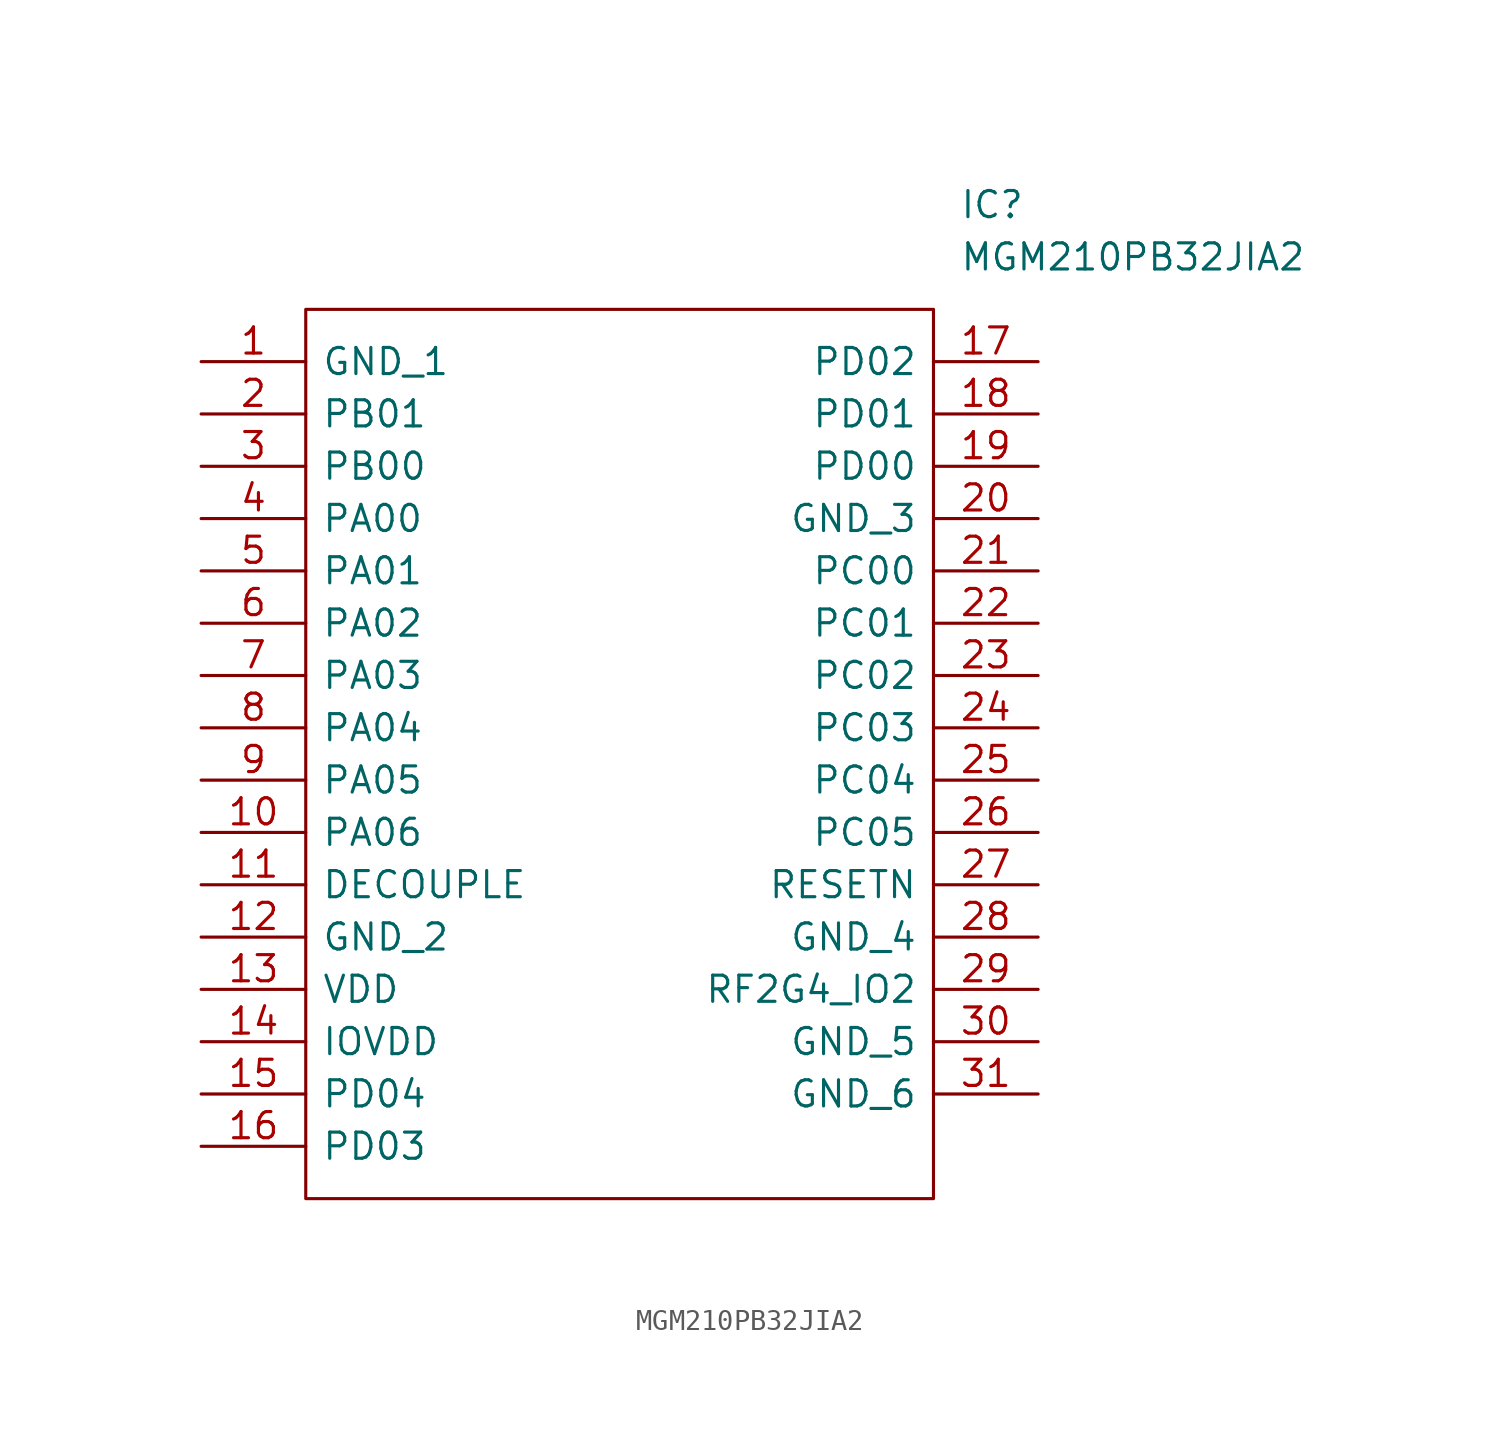
<source format=kicad_sym>
(kicad_symbol_lib
  (version 20211014)
  (generator kicad_symbol_editor)
  (symbol "MGM210PB32JIA2"
    (pin_names
      (offset 0.762))
    (property "Reference" "IC"
      (at 36.83 7.62 0)
      (effects (font (size 1.27 1.27)) (justify left)))
    (property "Value" "MGM210PB32JIA2"
      (at 36.83 5.08 0)
      (effects (font (size 1.27 1.27)) (justify left)))
    (symbol "MGM210PB32JIA2_0_0"
      (pin passive line (at 0 0 0) (length 5.08) (name "GND_1" (effects (font (size 1.27 1.27)))) (number "1" (effects (font (size 1.27 1.27)))))
      (pin passive line (at 0 -22.86 0) (length 5.08) (name "PA06" (effects (font (size 1.27 1.27)))) (number "10" (effects (font (size 1.27 1.27)))))
      (pin passive line (at 0 -25.4 0) (length 5.08) (name "DECOUPLE" (effects (font (size 1.27 1.27)))) (number "11" (effects (font (size 1.27 1.27)))))
      (pin passive line (at 0 -27.94 0) (length 5.08) (name "GND_2" (effects (font (size 1.27 1.27)))) (number "12" (effects (font (size 1.27 1.27)))))
      (pin passive line (at 0 -30.48 0) (length 5.08) (name "VDD" (effects (font (size 1.27 1.27)))) (number "13" (effects (font (size 1.27 1.27)))))
      (pin passive line (at 0 -33.02 0) (length 5.08) (name "IOVDD" (effects (font (size 1.27 1.27)))) (number "14" (effects (font (size 1.27 1.27)))))
      (pin passive line (at 0 -35.56 0) (length 5.08) (name "PD04" (effects (font (size 1.27 1.27)))) (number "15" (effects (font (size 1.27 1.27)))))
      (pin passive line (at 0 -38.1 0) (length 5.08) (name "PD03" (effects (font (size 1.27 1.27)))) (number "16" (effects (font (size 1.27 1.27)))))
      (pin passive line (at 40.64 0 180) (length 5.08) (name "PD02" (effects (font (size 1.27 1.27)))) (number "17" (effects (font (size 1.27 1.27)))))
      (pin passive line (at 40.64 -2.54 180) (length 5.08) (name "PD01" (effects (font (size 1.27 1.27)))) (number "18" (effects (font (size 1.27 1.27)))))
      (pin passive line (at 40.64 -5.08 180) (length 5.08) (name "PD00" (effects (font (size 1.27 1.27)))) (number "19" (effects (font (size 1.27 1.27)))))
      (pin passive line (at 0 -2.54 0) (length 5.08) (name "PB01" (effects (font (size 1.27 1.27)))) (number "2" (effects (font (size 1.27 1.27)))))
      (pin passive line (at 40.64 -7.62 180) (length 5.08) (name "GND_3" (effects (font (size 1.27 1.27)))) (number "20" (effects (font (size 1.27 1.27)))))
      (pin passive line (at 40.64 -10.16 180) (length 5.08) (name "PC00" (effects (font (size 1.27 1.27)))) (number "21" (effects (font (size 1.27 1.27)))))
      (pin passive line (at 40.64 -12.7 180) (length 5.08) (name "PC01" (effects (font (size 1.27 1.27)))) (number "22" (effects (font (size 1.27 1.27)))))
      (pin passive line (at 40.64 -15.24 180) (length 5.08) (name "PC02" (effects (font (size 1.27 1.27)))) (number "23" (effects (font (size 1.27 1.27)))))
      (pin passive line (at 40.64 -17.78 180) (length 5.08) (name "PC03" (effects (font (size 1.27 1.27)))) (number "24" (effects (font (size 1.27 1.27)))))
      (pin passive line (at 40.64 -20.32 180) (length 5.08) (name "PC04" (effects (font (size 1.27 1.27)))) (number "25" (effects (font (size 1.27 1.27)))))
      (pin passive line (at 40.64 -22.86 180) (length 5.08) (name "PC05" (effects (font (size 1.27 1.27)))) (number "26" (effects (font (size 1.27 1.27)))))
      (pin passive line (at 40.64 -25.4 180) (length 5.08) (name "RESETN" (effects (font (size 1.27 1.27)))) (number "27" (effects (font (size 1.27 1.27)))))
      (pin passive line (at 40.64 -27.94 180) (length 5.08) (name "GND_4" (effects (font (size 1.27 1.27)))) (number "28" (effects (font (size 1.27 1.27)))))
      (pin passive line (at 40.64 -30.48 180) (length 5.08) (name "RF2G4_IO2" (effects (font (size 1.27 1.27)))) (number "29" (effects (font (size 1.27 1.27)))))
      (pin passive line (at 0 -5.08 0) (length 5.08) (name "PB00" (effects (font (size 1.27 1.27)))) (number "3" (effects (font (size 1.27 1.27)))))
      (pin passive line (at 40.64 -33.02 180) (length 5.08) (name "GND_5" (effects (font (size 1.27 1.27)))) (number "30" (effects (font (size 1.27 1.27)))))
      (pin passive line (at 40.64 -35.56 180) (length 5.08) (name "GND_6" (effects (font (size 1.27 1.27)))) (number "31" (effects (font (size 1.27 1.27)))))
      (pin passive line (at 0 -7.62 0) (length 5.08) (name "PA00" (effects (font (size 1.27 1.27)))) (number "4" (effects (font (size 1.27 1.27)))))
      (pin passive line (at 0 -10.16 0) (length 5.08) (name "PA01" (effects (font (size 1.27 1.27)))) (number "5" (effects (font (size 1.27 1.27)))))
      (pin passive line (at 0 -12.7 0) (length 5.08) (name "PA02" (effects (font (size 1.27 1.27)))) (number "6" (effects (font (size 1.27 1.27)))))
      (pin passive line (at 0 -15.24 0) (length 5.08) (name "PA03" (effects (font (size 1.27 1.27)))) (number "7" (effects (font (size 1.27 1.27)))))
      (pin passive line (at 0 -17.78 0) (length 5.08) (name "PA04" (effects (font (size 1.27 1.27)))) (number "8" (effects (font (size 1.27 1.27)))))
      (pin passive line (at 0 -20.32 0) (length 5.08) (name "PA05" (effects (font (size 1.27 1.27)))) (number "9" (effects (font (size 1.27 1.27))))))
    (symbol "MGM210PB32JIA2_0_1"
      (polyline (pts (xy 5.08 2.54) (xy 35.56 2.54) (xy 35.56 -40.64) (xy 5.08 -40.64) (xy 5.08 2.54)) (stroke (width 0.152) (type default) (color 0 0 0 0)) (fill (type none))))))
</source>
